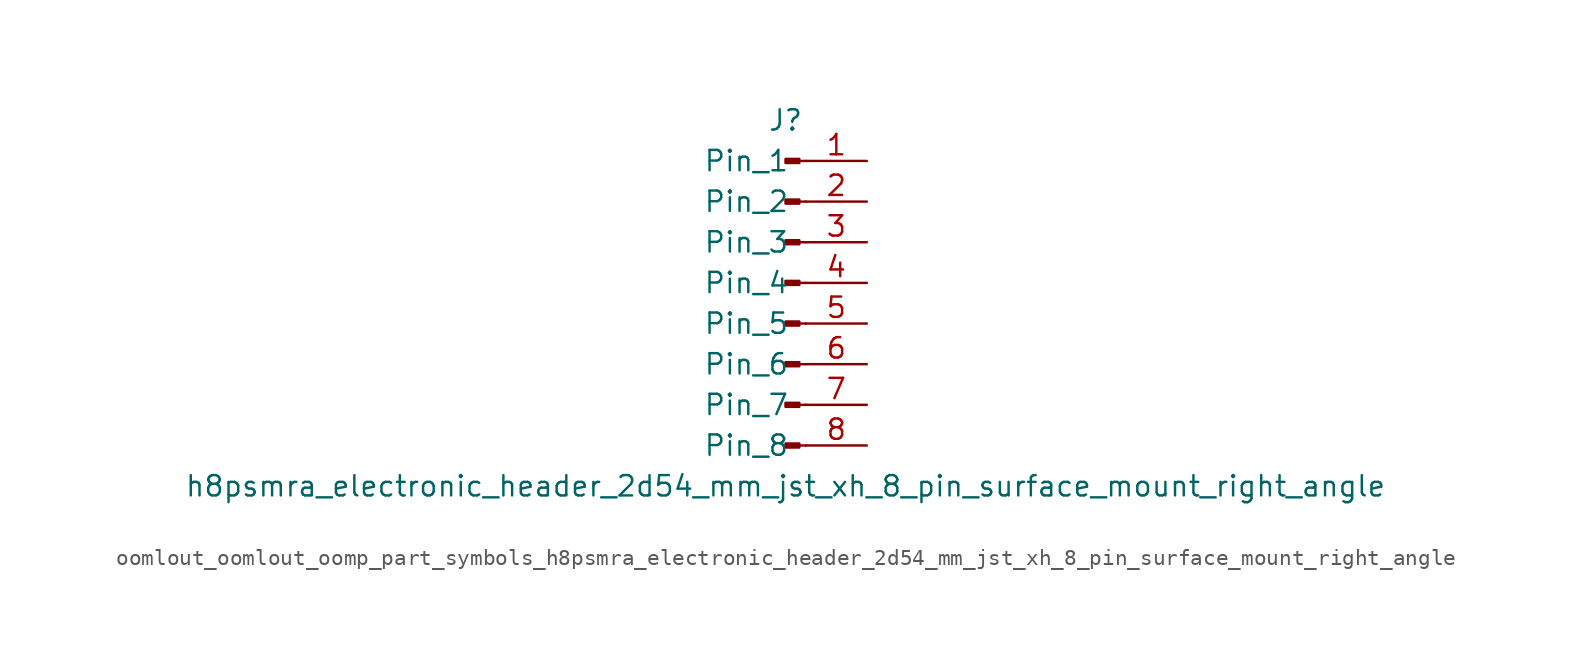
<source format=kicad_sym>
(kicad_symbol_lib
  (version 20220914)
  (generator kicad_symbol_editor)
  (symbol "oomlout_oomlout_oomp_part_symbols_h8psmra_electronic_header_2d54_mm_jst_xh_8_pin_surface_mount_right_angle"
    (pin_names
      (offset 1.016))
    (property "Reference" "J"
      (at 0 10.16 0)
      (effects (font (size 1.27 1.27))))
    (property "Value" "h8psmra_electronic_header_2d54_mm_jst_xh_8_pin_surface_mount_right_angle"
      (at 0 -12.7 0)
      (effects (font (size 1.27 1.27))))
    (property "ki_locked" ""
      (at 0 0 0)
      (effects (font (size 1.27 1.27))))
    (symbol "oomlout_oomlout_oomp_part_symbols_h8psmra_electronic_header_2d54_mm_jst_xh_8_pin_surface_mount_right_angle_1_1"
      (polyline (pts (xy 1.27 -10.16) (xy 0.864 -10.16)) (stroke (width 0.152) (type default)) (fill (type none)))
      (polyline (pts (xy 1.27 -7.62) (xy 0.864 -7.62)) (stroke (width 0.152) (type default)) (fill (type none)))
      (polyline (pts (xy 1.27 -5.08) (xy 0.864 -5.08)) (stroke (width 0.152) (type default)) (fill (type none)))
      (polyline (pts (xy 1.27 -2.54) (xy 0.864 -2.54)) (stroke (width 0.152) (type default)) (fill (type none)))
      (polyline (pts (xy 1.27 0) (xy 0.864 0)) (stroke (width 0.152) (type default)) (fill (type none)))
      (polyline (pts (xy 1.27 2.54) (xy 0.864 2.54)) (stroke (width 0.152) (type default)) (fill (type none)))
      (polyline (pts (xy 1.27 5.08) (xy 0.864 5.08)) (stroke (width 0.152) (type default)) (fill (type none)))
      (polyline (pts (xy 1.27 7.62) (xy 0.864 7.62)) (stroke (width 0.152) (type default)) (fill (type none)))
      (rectangle (start 0.864 -10.033) (end 0 -10.287) (stroke (width 0.152) (type default)) (fill (type outline)))
      (rectangle (start 0.864 -7.493) (end 0 -7.747) (stroke (width 0.152) (type default)) (fill (type outline)))
      (rectangle (start 0.864 -4.953) (end 0 -5.207) (stroke (width 0.152) (type default)) (fill (type outline)))
      (rectangle (start 0.864 -2.413) (end 0 -2.667) (stroke (width 0.152) (type default)) (fill (type outline)))
      (rectangle (start 0.864 0.127) (end 0 -0.127) (stroke (width 0.152) (type default)) (fill (type outline)))
      (rectangle (start 0.864 2.667) (end 0 2.413) (stroke (width 0.152) (type default)) (fill (type outline)))
      (rectangle (start 0.864 5.207) (end 0 4.953) (stroke (width 0.152) (type default)) (fill (type outline)))
      (rectangle (start 0.864 7.747) (end 0 7.493) (stroke (width 0.152) (type default)) (fill (type outline)))
      (pin passive line (at 5.08 7.62 180) (length 3.81) (name "Pin_1" (effects (font (size 1.27 1.27)))) (number "1" (effects (font (size 1.27 1.27)))))
      (pin passive line (at 5.08 5.08 180) (length 3.81) (name "Pin_2" (effects (font (size 1.27 1.27)))) (number "2" (effects (font (size 1.27 1.27)))))
      (pin passive line (at 5.08 2.54 180) (length 3.81) (name "Pin_3" (effects (font (size 1.27 1.27)))) (number "3" (effects (font (size 1.27 1.27)))))
      (pin passive line (at 5.08 0 180) (length 3.81) (name "Pin_4" (effects (font (size 1.27 1.27)))) (number "4" (effects (font (size 1.27 1.27)))))
      (pin passive line (at 5.08 -2.54 180) (length 3.81) (name "Pin_5" (effects (font (size 1.27 1.27)))) (number "5" (effects (font (size 1.27 1.27)))))
      (pin passive line (at 5.08 -5.08 180) (length 3.81) (name "Pin_6" (effects (font (size 1.27 1.27)))) (number "6" (effects (font (size 1.27 1.27)))))
      (pin passive line (at 5.08 -7.62 180) (length 3.81) (name "Pin_7" (effects (font (size 1.27 1.27)))) (number "7" (effects (font (size 1.27 1.27)))))
      (pin passive line (at 5.08 -10.16 180) (length 3.81) (name "Pin_8" (effects (font (size 1.27 1.27)))) (number "8" (effects (font (size 1.27 1.27))))))))
</source>
